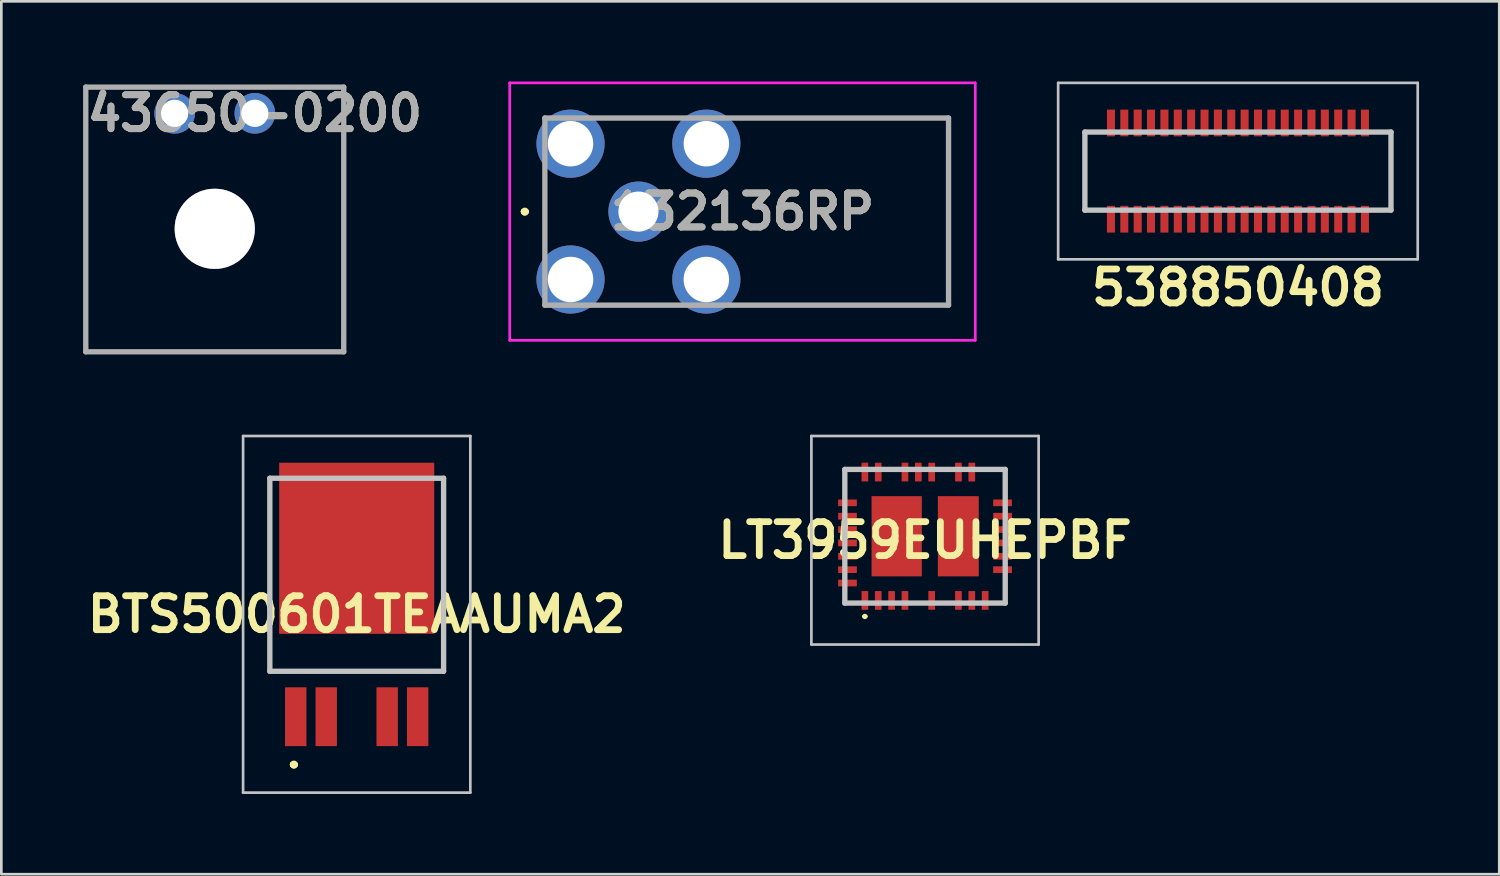
<source format=kicad_pcb>
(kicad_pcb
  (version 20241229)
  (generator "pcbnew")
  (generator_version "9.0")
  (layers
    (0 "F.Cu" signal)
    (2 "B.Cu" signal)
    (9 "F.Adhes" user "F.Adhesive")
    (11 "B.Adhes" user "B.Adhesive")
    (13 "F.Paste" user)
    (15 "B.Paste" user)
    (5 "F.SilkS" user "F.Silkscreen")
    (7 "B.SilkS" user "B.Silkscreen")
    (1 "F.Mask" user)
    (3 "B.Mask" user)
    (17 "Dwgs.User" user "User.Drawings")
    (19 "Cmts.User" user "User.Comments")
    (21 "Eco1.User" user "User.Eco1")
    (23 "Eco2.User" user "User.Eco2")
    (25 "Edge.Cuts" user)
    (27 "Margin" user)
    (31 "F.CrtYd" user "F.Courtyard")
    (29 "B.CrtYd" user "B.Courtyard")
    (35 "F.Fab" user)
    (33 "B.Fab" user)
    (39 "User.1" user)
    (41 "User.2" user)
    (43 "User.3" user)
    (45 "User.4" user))
  (footprint "132136RP"
    (layer "F.Cu")
    (at 20.831 4.865)
    (property "Reference" "132136RP" (at 3.893 0 0) (layer "F.SilkS") (effects (font (size 1.27 1.27) (thickness 0.254))))
    (attr through_hole)
    (fp_line (start -4.3 0) (end -4.3 0) (stroke (width 0.2) (type solid)) (layer "F.SilkS"))
    (fp_line (start -4.3 0) (end -4.3 0) (stroke (width 0.2) (type solid)) (layer "F.SilkS"))
    (fp_line (start -4.2 0) (end -4.2 0) (stroke (width 0.2) (type solid)) (layer "F.SilkS"))
    (fp_line (start 4.25 3.5) (end 11.6 3.5) (stroke (width 0.1) (type solid)) (layer "F.SilkS"))
    (fp_line (start 11.6 -3.5) (end 4.25 -3.5) (stroke (width 0.1) (type solid)) (layer "F.SilkS"))
    (fp_line (start 11.6 3.5) (end 11.6 -3.5) (stroke (width 0.1) (type solid)) (layer "F.SilkS"))
    (fp_arc (start -4.3 0) (mid -4.25 -0.05) (end -4.2 0) (stroke (width 0.2) (type solid)) (layer "F.SilkS"))
    (fp_arc (start -4.2 0) (mid -4.25 0.05) (end -4.3 0) (stroke (width 0.2) (type solid)) (layer "F.SilkS"))
    (fp_arc (start -4.2 0) (mid -4.25 0.05) (end -4.3 0) (stroke (width 0.2) (type solid)) (layer "F.SilkS"))
    (fp_line (start -4.815 -4.815) (end 12.6 -4.815) (stroke (width 0.1) (type solid)) (layer "F.CrtYd"))
    (fp_line (start -4.815 4.815) (end -4.815 -4.815) (stroke (width 0.1) (type solid)) (layer "F.CrtYd"))
    (fp_line (start 12.6 -4.815) (end 12.6 4.815) (stroke (width 0.1) (type solid)) (layer "F.CrtYd"))
    (fp_line (start 12.6 4.815) (end -4.815 4.815) (stroke (width 0.1) (type solid)) (layer "F.CrtYd"))
    (fp_line (start -3.5 -3.5) (end -3.5 3.5) (stroke (width 0.2) (type solid)) (layer "F.Fab"))
    (fp_line (start -3.5 3.5) (end 11.6 3.5) (stroke (width 0.2) (type solid)) (layer "F.Fab"))
    (fp_line (start 11.6 -3.5) (end -3.5 -3.5) (stroke (width 0.2) (type solid)) (layer "F.Fab"))
    (fp_line (start 11.6 3.5) (end 11.6 -3.5) (stroke (width 0.2) (type solid)) (layer "F.Fab"))
    (fp_text user "${REFERENCE}" (at 3.893 0 0) (layer "F.Fab") (effects (font (size 1.27 1.27) (thickness 0.254))))
    (pad "1" thru_hole circle (at 0 0) (size 2.25 2.25) (drill 1.5) (layers "*.Cu" "*.Mask"))
    (pad "2" thru_hole circle (at -2.54 2.54) (size 2.55 2.55) (drill 1.7) (layers "*.Cu" "*.Mask"))
    (pad "3" thru_hole circle (at 2.54 2.54) (size 2.55 2.55) (drill 1.7) (layers "*.Cu" "*.Mask"))
    (pad "4" thru_hole circle (at 2.54 -2.54) (size 2.55 2.55) (drill 1.7) (layers "*.Cu" "*.Mask"))
    (pad "5" thru_hole circle (at -2.54 -2.54) (size 2.55 2.55) (drill 1.7) (layers "*.Cu" "*.Mask")))
  (footprint "538850408"
    (layer "F.Cu")
    (at 43.261 3.347)
    (property "Reference" "538850408" (at -0.005 4.361 180) (layer "F.SilkS") (effects (font (size 1.27 1.27) (thickness 0.254))))
    (attr smd)
    (fp_line (start -5.73 -1.457) (end -5.73 1.503) (stroke (width 0.1) (type solid)) (layer "F.SilkS"))
    (fp_line (start 5.72 -1.457) (end 5.72 1.463) (stroke (width 0.1) (type solid)) (layer "F.SilkS"))
    (fp_line (start -6.73 -3.297) (end -6.73 3.303) (stroke (width 0.1) (type solid)) (layer "Dwgs.User"))
    (fp_line (start -6.73 3.303) (end 6.72 3.303) (stroke (width 0.1) (type solid)) (layer "Dwgs.User"))
    (fp_line (start -5.73 -1.457) (end -5.73 1.463) (stroke (width 0.2) (type solid)) (layer "Dwgs.User"))
    (fp_line (start -5.73 1.463) (end 5.72 1.463) (stroke (width 0.2) (type solid)) (layer "Dwgs.User"))
    (fp_line (start 5.72 -1.457) (end -5.73 -1.457) (stroke (width 0.2) (type solid)) (layer "Dwgs.User"))
    (fp_line (start 5.72 1.463) (end 5.72 -1.457) (stroke (width 0.2) (type solid)) (layer "Dwgs.User"))
    (fp_line (start 6.72 -3.297) (end -6.73 -3.297) (stroke (width 0.1) (type solid)) (layer "Dwgs.User"))
    (fp_line (start 6.72 3.303) (end 6.72 -3.297) (stroke (width 0.1) (type solid)) (layer "Dwgs.User"))
    (pad "1" smd rect (at -4.755 -1.797 180) (size 0.3 1) (layers "F.Cu" "F.Mask" "F.Paste"))
    (pad "2" smd rect (at -4.755 1.803 180) (size 0.3 1) (layers "F.Cu" "F.Mask" "F.Paste"))
    (pad "3" smd rect (at -4.255 -1.797 180) (size 0.3 1) (layers "F.Cu" "F.Mask" "F.Paste"))
    (pad "4" smd rect (at -4.255 1.803 180) (size 0.3 1) (layers "F.Cu" "F.Mask" "F.Paste"))
    (pad "5" smd rect (at -3.755 -1.797 180) (size 0.3 1) (layers "F.Cu" "F.Mask" "F.Paste"))
    (pad "6" smd rect (at -3.755 1.803 180) (size 0.3 1) (layers "F.Cu" "F.Mask" "F.Paste"))
    (pad "7" smd rect (at -3.255 -1.797 180) (size 0.3 1) (layers "F.Cu" "F.Mask" "F.Paste"))
    (pad "8" smd rect (at -3.255 1.803 180) (size 0.3 1) (layers "F.Cu" "F.Mask" "F.Paste"))
    (pad "9" smd rect (at -2.755 -1.797 180) (size 0.3 1) (layers "F.Cu" "F.Mask" "F.Paste"))
    (pad "10" smd rect (at -2.755 1.803 180) (size 0.3 1) (layers "F.Cu" "F.Mask" "F.Paste"))
    (pad "11" smd rect (at -2.255 -1.797 180) (size 0.3 1) (layers "F.Cu" "F.Mask" "F.Paste"))
    (pad "12" smd rect (at -2.255 1.803 180) (size 0.3 1) (layers "F.Cu" "F.Mask" "F.Paste"))
    (pad "13" smd rect (at -1.755 -1.797 180) (size 0.3 1) (layers "F.Cu" "F.Mask" "F.Paste"))
    (pad "14" smd rect (at -1.755 1.803 180) (size 0.3 1) (layers "F.Cu" "F.Mask" "F.Paste"))
    (pad "15" smd rect (at -1.255 -1.797 180) (size 0.3 1) (layers "F.Cu" "F.Mask" "F.Paste"))
    (pad "16" smd rect (at -1.255 1.803 180) (size 0.3 1) (layers "F.Cu" "F.Mask" "F.Paste"))
    (pad "17" smd rect (at -0.755 -1.797 180) (size 0.3 1) (layers "F.Cu" "F.Mask" "F.Paste"))
    (pad "18" smd rect (at -0.755 1.803 180) (size 0.3 1) (layers "F.Cu" "F.Mask" "F.Paste"))
    (pad "19" smd rect (at -0.255 -1.797 180) (size 0.3 1) (layers "F.Cu" "F.Mask" "F.Paste"))
    (pad "20" smd rect (at -0.255 1.803 180) (size 0.3 1) (layers "F.Cu" "F.Mask" "F.Paste"))
    (pad "21" smd rect (at 0.245 -1.797 180) (size 0.3 1) (layers "F.Cu" "F.Mask" "F.Paste"))
    (pad "22" smd rect (at 0.245 1.803 180) (size 0.3 1) (layers "F.Cu" "F.Mask" "F.Paste"))
    (pad "23" smd rect (at 0.745 -1.797 180) (size 0.3 1) (layers "F.Cu" "F.Mask" "F.Paste"))
    (pad "24" smd rect (at 0.745 1.803 180) (size 0.3 1) (layers "F.Cu" "F.Mask" "F.Paste"))
    (pad "25" smd rect (at 1.245 -1.797 180) (size 0.3 1) (layers "F.Cu" "F.Mask" "F.Paste"))
    (pad "26" smd rect (at 1.245 1.803 180) (size 0.3 1) (layers "F.Cu" "F.Mask" "F.Paste"))
    (pad "27" smd rect (at 1.745 -1.797 180) (size 0.3 1) (layers "F.Cu" "F.Mask" "F.Paste"))
    (pad "28" smd rect (at 1.745 1.803 180) (size 0.3 1) (layers "F.Cu" "F.Mask" "F.Paste"))
    (pad "29" smd rect (at 2.245 -1.797 180) (size 0.3 1) (layers "F.Cu" "F.Mask" "F.Paste"))
    (pad "30" smd rect (at 2.245 1.803 180) (size 0.3 1) (layers "F.Cu" "F.Mask" "F.Paste"))
    (pad "31" smd rect (at 2.745 -1.797 180) (size 0.3 1) (layers "F.Cu" "F.Mask" "F.Paste"))
    (pad "32" smd rect (at 2.745 1.803 180) (size 0.3 1) (layers "F.Cu" "F.Mask" "F.Paste"))
    (pad "33" smd rect (at 3.245 -1.797 180) (size 0.3 1) (layers "F.Cu" "F.Mask" "F.Paste"))
    (pad "34" smd rect (at 3.245 1.803 180) (size 0.3 1) (layers "F.Cu" "F.Mask" "F.Paste"))
    (pad "35" smd rect (at 3.745 -1.797 180) (size 0.3 1) (layers "F.Cu" "F.Mask" "F.Paste"))
    (pad "36" smd rect (at 3.745 1.803 180) (size 0.3 1) (layers "F.Cu" "F.Mask" "F.Paste"))
    (pad "37" smd rect (at 4.245 -1.797 180) (size 0.3 1) (layers "F.Cu" "F.Mask" "F.Paste"))
    (pad "38" smd rect (at 4.245 1.803 180) (size 0.3 1) (layers "F.Cu" "F.Mask" "F.Paste"))
    (pad "39" smd rect (at 4.745 -1.797 180) (size 0.3 1) (layers "F.Cu" "F.Mask" "F.Paste"))
    (pad "40" smd rect (at 4.745 1.803 180) (size 0.3 1) (layers "F.Cu" "F.Mask" "F.Paste")))
  (footprint "LT3959EUHEPBF"
    (layer "F.Cu")
    (at 31.551 17.009)
    (property "Reference" "LT3959EUHEPBF" (at 0 0.15 0) (layer "F.SilkS") (effects (font (size 1.27 1.27) (thickness 0.254))))
    (attr smd)
    (fp_line (start -3 -2.5) (end -3 -1.5) (stroke (width 0.1) (type solid)) (layer "F.SilkS"))
    (fp_line (start -3 2) (end -3 2.5) (stroke (width 0.1) (type solid)) (layer "F.SilkS"))
    (fp_line (start -3 2.5) (end -2.5 2.5) (stroke (width 0.1) (type solid)) (layer "F.SilkS"))
    (fp_line (start -2.5 -2.5) (end -3 -2.5) (stroke (width 0.1) (type solid)) (layer "F.SilkS"))
    (fp_line (start -2.3 3) (end -2.3 3) (stroke (width 0.1) (type solid)) (layer "F.SilkS"))
    (fp_line (start -2.2 3) (end -2.2 3) (stroke (width 0.1) (type solid)) (layer "F.SilkS"))
    (fp_line (start 2 -2.5) (end 3 -2.5) (stroke (width 0.1) (type solid)) (layer "F.SilkS"))
    (fp_line (start 2.5 2.5) (end 3 2.5) (stroke (width 0.1) (type solid)) (layer "F.SilkS"))
    (fp_line (start 3 -2.5) (end 3 -1.5) (stroke (width 0.1) (type solid)) (layer "F.SilkS"))
    (fp_line (start 3 2.5) (end 3 1.5) (stroke (width 0.1) (type solid)) (layer "F.SilkS"))
    (fp_arc (start -2.3 3) (mid -2.25 2.95) (end -2.2 3) (stroke (width 0.1) (type solid)) (layer "F.SilkS"))
    (fp_arc (start -2.2 3) (mid -2.25 3.05) (end -2.3 3) (stroke (width 0.1) (type solid)) (layer "F.SilkS"))
    (fp_line (start -4.25 -3.75) (end 4.25 -3.75) (stroke (width 0.1) (type solid)) (layer "Dwgs.User"))
    (fp_line (start -4.25 4.05) (end -4.25 -3.75) (stroke (width 0.1) (type solid)) (layer "Dwgs.User"))
    (fp_line (start -3 -2.5) (end 3 -2.5) (stroke (width 0.2) (type solid)) (layer "Dwgs.User"))
    (fp_line (start -3 2.5) (end -3 -2.5) (stroke (width 0.2) (type solid)) (layer "Dwgs.User"))
    (fp_line (start 3 -2.5) (end 3 2.5) (stroke (width 0.2) (type solid)) (layer "Dwgs.User"))
    (fp_line (start 3 2.5) (end -3 2.5) (stroke (width 0.2) (type solid)) (layer "Dwgs.User"))
    (fp_line (start 4.25 -3.75) (end 4.25 4.05) (stroke (width 0.1) (type solid)) (layer "Dwgs.User"))
    (fp_line (start 4.25 4.05) (end -4.25 4.05) (stroke (width 0.1) (type solid)) (layer "Dwgs.User"))
    (pad "1" smd rect (at -2.25 2.4) (size 0.25 0.7) (layers "F.Cu" "F.Mask" "F.Paste"))
    (pad "2" smd rect (at -1.75 2.4) (size 0.25 0.7) (layers "F.Cu" "F.Mask" "F.Paste"))
    (pad "3" smd rect (at -1.25 2.4) (size 0.25 0.7) (layers "F.Cu" "F.Mask" "F.Paste"))
    (pad "4" smd rect (at -0.75 2.4) (size 0.25 0.7) (layers "F.Cu" "F.Mask" "F.Paste"))
    (pad "6" smd rect (at 0.25 2.4) (size 0.25 0.7) (layers "F.Cu" "F.Mask" "F.Paste"))
    (pad "8" smd rect (at 1.25 2.4) (size 0.25 0.7) (layers "F.Cu" "F.Mask" "F.Paste"))
    (pad "9" smd rect (at 1.75 2.4) (size 0.25 0.7) (layers "F.Cu" "F.Mask" "F.Paste"))
    (pad "10" smd rect (at 2.25 2.4) (size 0.25 0.7) (layers "F.Cu" "F.Mask" "F.Paste"))
    (pad "12" smd rect (at 2.9 1.25 90) (size 0.25 0.7) (layers "F.Cu" "F.Mask" "F.Paste"))
    (pad "13" smd rect (at 2.9 0.75 90) (size 0.25 0.7) (layers "F.Cu" "F.Mask" "F.Paste"))
    (pad "14" smd rect (at 2.9 0.25 90) (size 0.25 0.7) (layers "F.Cu" "F.Mask" "F.Paste"))
    (pad "15" smd rect (at 2.9 -0.25 90) (size 0.25 0.7) (layers "F.Cu" "F.Mask" "F.Paste"))
    (pad "16" smd rect (at 2.9 -0.75 90) (size 0.25 0.7) (layers "F.Cu" "F.Mask" "F.Paste"))
    (pad "17" smd rect (at 2.9 -1.25 90) (size 0.25 0.7) (layers "F.Cu" "F.Mask" "F.Paste"))
    (pad "20" smd rect (at 1.75 -2.4) (size 0.25 0.7) (layers "F.Cu" "F.Mask" "F.Paste"))
    (pad "21" smd rect (at 1.25 -2.4) (size 0.25 0.7) (layers "F.Cu" "F.Mask" "F.Paste"))
    (pad "23" smd rect (at 0.25 -2.4) (size 0.25 0.7) (layers "F.Cu" "F.Mask" "F.Paste"))
    (pad "24" smd rect (at -0.25 -2.4) (size 0.25 0.7) (layers "F.Cu" "F.Mask" "F.Paste"))
    (pad "25" smd rect (at -0.75 -2.4) (size 0.25 0.7) (layers "F.Cu" "F.Mask" "F.Paste"))
    (pad "27" smd rect (at -1.75 -2.4) (size 0.25 0.7) (layers "F.Cu" "F.Mask" "F.Paste"))
    (pad "28" smd rect (at -2.25 -2.4) (size 0.25 0.7) (layers "F.Cu" "F.Mask" "F.Paste"))
    (pad "30" smd rect (at -2.9 -1.25 90) (size 0.25 0.7) (layers "F.Cu" "F.Mask" "F.Paste"))
    (pad "31" smd rect (at -2.9 -0.75 90) (size 0.25 0.7) (layers "F.Cu" "F.Mask" "F.Paste"))
    (pad "32" smd rect (at -2.9 -0.25 90) (size 0.25 0.7) (layers "F.Cu" "F.Mask" "F.Paste"))
    (pad "33" smd rect (at -2.9 0.25 90) (size 0.25 0.7) (layers "F.Cu" "F.Mask" "F.Paste"))
    (pad "34" smd rect (at -2.9 0.75 90) (size 0.25 0.7) (layers "F.Cu" "F.Mask" "F.Paste"))
    (pad "35" smd rect (at -2.9 1.25 90) (size 0.25 0.7) (layers "F.Cu" "F.Mask" "F.Paste"))
    (pad "36" smd rect (at -2.9 1.75 90) (size 0.25 0.7) (layers "F.Cu" "F.Mask" "F.Paste"))
    (pad "37" smd rect (at -1.06 0) (size 1.88 3) (layers "F.Cu" "F.Mask" "F.Paste"))
    (pad "38" smd rect (at 1.245 0) (size 1.53 3) (layers "F.Cu" "F.Mask" "F.Paste")))
  (footprint "BTS500601TEAAUMA2"
    (layer "F.Cu")
    (at 10.293 18.449)
    (property "Reference" "BTS500601TEAAUMA2" (at 0 1.48 0) (layer "F.SilkS") (effects (font (size 1.27 1.27) (thickness 0.254))))
    (attr smd)
    (fp_line (start -3.25 -3.25) (end -3.25 -3.25) (stroke (width 0.1) (type solid)) (layer "F.SilkS"))
    (fp_line (start -3.25 -3.25) (end -3.25 3.61) (stroke (width 0.1) (type solid)) (layer "F.SilkS"))
    (fp_line (start -3.25 3.61) (end -3.25 -3.25) (stroke (width 0.1) (type solid)) (layer "F.SilkS"))
    (fp_line (start -3.25 3.61) (end -3.25 3.61) (stroke (width 0.1) (type solid)) (layer "F.SilkS"))
    (fp_line (start -3.25 3.61) (end -3.25 3.61) (stroke (width 0.1) (type solid)) (layer "F.SilkS"))
    (fp_line (start -3.25 3.61) (end 3.25 3.61) (stroke (width 0.1) (type solid)) (layer "F.SilkS"))
    (fp_line (start -2.4 7.1) (end -2.4 7.1) (stroke (width 0.2) (type solid)) (layer "F.SilkS"))
    (fp_line (start -2.4 7.1) (end -2.4 7.1) (stroke (width 0.2) (type solid)) (layer "F.SilkS"))
    (fp_line (start -2.3 7.1) (end -2.3 7.1) (stroke (width 0.2) (type solid)) (layer "F.SilkS"))
    (fp_line (start 3.25 -3.61) (end 3.25 -3.61) (stroke (width 0.1) (type solid)) (layer "F.SilkS"))
    (fp_line (start 3.25 -3.61) (end 3.25 3.61) (stroke (width 0.1) (type solid)) (layer "F.SilkS"))
    (fp_line (start 3.25 3.61) (end -3.25 3.61) (stroke (width 0.1) (type solid)) (layer "F.SilkS"))
    (fp_line (start 3.25 3.61) (end 3.25 -3.61) (stroke (width 0.1) (type solid)) (layer "F.SilkS"))
    (fp_line (start 3.25 3.61) (end 3.25 3.61) (stroke (width 0.1) (type solid)) (layer "F.SilkS"))
    (fp_line (start 3.25 3.61) (end 3.25 3.61) (stroke (width 0.1) (type solid)) (layer "F.SilkS"))
    (fp_arc (start -2.4 7.1) (mid -2.35 7.05) (end -2.3 7.1) (stroke (width 0.2) (type solid)) (layer "F.SilkS"))
    (fp_arc (start -2.3 7.1) (mid -2.35 7.15) (end -2.4 7.1) (stroke (width 0.2) (type solid)) (layer "F.SilkS"))
    (fp_arc (start -2.3 7.1) (mid -2.35 7.15) (end -2.4 7.1) (stroke (width 0.2) (type solid)) (layer "F.SilkS"))
    (fp_line (start -4.25 -5.19) (end 4.25 -5.19) (stroke (width 0.1) (type solid)) (layer "Dwgs.User"))
    (fp_line (start -4.25 8.15) (end -4.25 -5.19) (stroke (width 0.1) (type solid)) (layer "Dwgs.User"))
    (fp_line (start -3.25 -3.61) (end -3.25 3.61) (stroke (width 0.2) (type solid)) (layer "Dwgs.User"))
    (fp_line (start -3.25 3.61) (end 3.25 3.61) (stroke (width 0.2) (type solid)) (layer "Dwgs.User"))
    (fp_line (start 3.25 -3.61) (end -3.25 -3.61) (stroke (width 0.2) (type solid)) (layer "Dwgs.User"))
    (fp_line (start 3.25 3.61) (end 3.25 -3.61) (stroke (width 0.2) (type solid)) (layer "Dwgs.User"))
    (fp_line (start 4.25 -5.19) (end 4.25 8.15) (stroke (width 0.1) (type solid)) (layer "Dwgs.User"))
    (fp_line (start 4.25 8.15) (end -4.25 8.15) (stroke (width 0.1) (type solid)) (layer "Dwgs.User"))
    (pad "1" smd rect (at -2.28 5.31) (size 0.8 2.2) (layers "F.Cu" "F.Mask" "F.Paste"))
    (pad "2" smd rect (at -1.14 5.31) (size 0.8 2.2) (layers "F.Cu" "F.Mask" "F.Paste"))
    (pad "3" smd rect (at 0 -0.99) (size 5.8 6.4) (layers "F.Cu" "F.Mask" "F.Paste"))
    (pad "4" smd rect (at 1.14 5.31) (size 0.8 2.2) (layers "F.Cu" "F.Mask" "F.Paste"))
    (pad "5" smd rect (at 2.28 5.31) (size 0.8 2.2) (layers "F.Cu" "F.Mask" "F.Paste")))
  (footprint "43650-0200"
    (layer "F.Cu")
    (at 6.483 1.189)
    (property "Reference" "43650-0200" (at 0 0 0) (layer "F.SilkS") (effects (font (size 1.27 1.27) (thickness 0.254))))
    (attr through_hole)
    (fp_line (start -6.325 -0.98) (end 3.325 -0.98) (stroke (width 0.1) (type solid)) (layer "F.SilkS"))
    (fp_line (start -6.325 8.92) (end -6.325 -0.98) (stroke (width 0.1) (type solid)) (layer "F.SilkS"))
    (fp_line (start 3.325 -0.98) (end 3.325 8.92) (stroke (width 0.1) (type solid)) (layer "F.SilkS"))
    (fp_line (start 3.325 8.92) (end -6.325 8.92) (stroke (width 0.1) (type solid)) (layer "F.SilkS"))
    (fp_line (start -6.325 -0.98) (end -6.325 8.92) (stroke (width 0.2) (type solid)) (layer "F.Fab"))
    (fp_line (start -6.325 8.92) (end 3.325 8.92) (stroke (width 0.2) (type solid)) (layer "F.Fab"))
    (fp_line (start 3.325 -0.98) (end -6.325 -0.98) (stroke (width 0.2) (type solid)) (layer "F.Fab"))
    (fp_line (start 3.325 8.92) (end 3.325 -0.98) (stroke (width 0.2) (type solid)) (layer "F.Fab"))
    (fp_text user "${REFERENCE}" (at 0 0 0) (layer "F.Fab") (effects (font (size 1.27 1.27) (thickness 0.254))))
    (pad "1" thru_hole circle (at 0 0) (size 1.52 1.52) (drill 1.02) (layers "*.Cu" "*.Mask"))
    (pad "2" thru_hole circle (at -3 0) (size 1.52 1.52) (drill 1.02) (layers "*.Cu" "*.Mask"))
    (pad "3" thru_hole circle (at -1.5 4.32) (size 3 3) (drill 3) (layers "*.Cu" "*.Mask")))
  (gr_rect
    (start -3 -3)
    (end 53.031 29.649)
    (stroke (width 0.1) (type default))
    (fill no)
    (layer "Edge.Cuts")))
</source>
